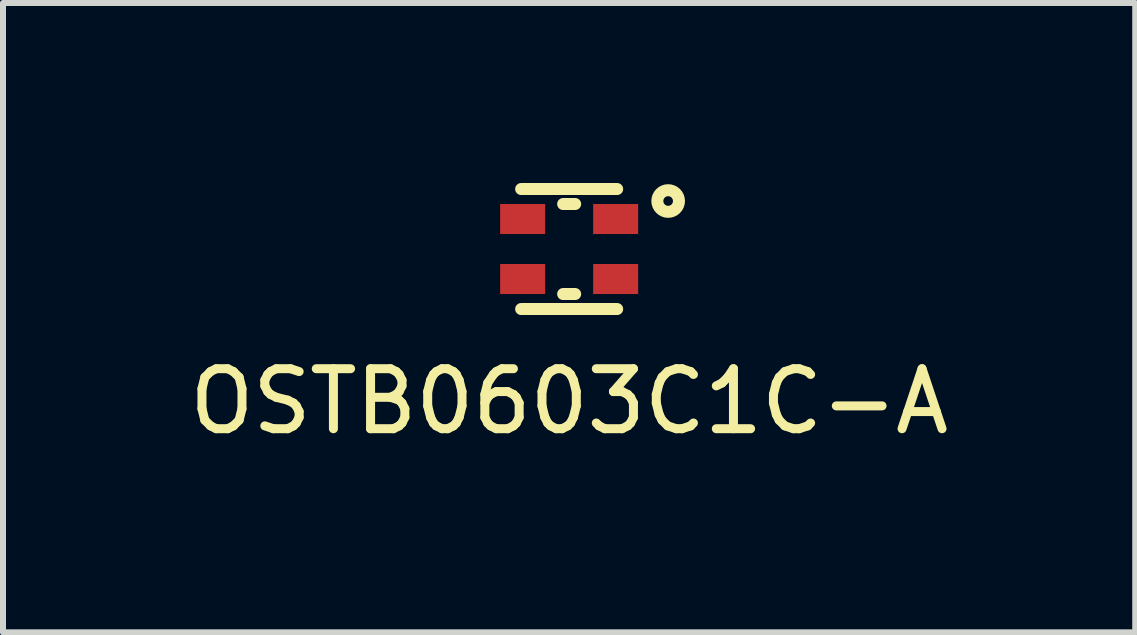
<source format=kicad_pcb>
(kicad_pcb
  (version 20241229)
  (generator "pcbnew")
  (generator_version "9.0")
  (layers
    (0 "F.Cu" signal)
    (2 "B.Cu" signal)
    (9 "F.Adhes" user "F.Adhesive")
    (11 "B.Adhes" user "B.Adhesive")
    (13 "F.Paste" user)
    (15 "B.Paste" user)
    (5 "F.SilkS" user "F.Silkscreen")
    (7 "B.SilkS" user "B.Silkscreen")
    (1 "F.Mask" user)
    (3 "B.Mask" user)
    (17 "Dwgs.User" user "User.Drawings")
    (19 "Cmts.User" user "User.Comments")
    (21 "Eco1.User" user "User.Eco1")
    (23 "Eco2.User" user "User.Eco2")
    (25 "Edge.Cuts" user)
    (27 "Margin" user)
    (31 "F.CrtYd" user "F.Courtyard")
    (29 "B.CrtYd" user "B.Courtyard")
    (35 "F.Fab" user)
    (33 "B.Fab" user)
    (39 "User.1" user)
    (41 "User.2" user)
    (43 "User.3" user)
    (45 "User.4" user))
  (footprint "OSTB0603C1C-A"
    (layer "F.Cu")
    (at 6.435 1.1)
    (property "Reference" "OSTB0603C1C-A" (at 0 2.54 0) (layer "F.SilkS") (effects (font (size 1 1) (thickness 0.15))))
    (attr through_hole)
    (fp_line (start -0.8 -1) (end 0.8 -1) (stroke (width 0.2) (type solid)) (layer "F.SilkS"))
    (fp_line (start -0.8 1) (end 0.8 1) (stroke (width 0.2) (type solid)) (layer "F.SilkS"))
    (fp_line (start -0.1 -0.75) (end 0.1 -0.75) (stroke (width 0.2) (type solid)) (layer "F.SilkS"))
    (fp_line (start -0.1 0.75) (end 0.1 0.75) (stroke (width 0.2) (type solid)) (layer "F.SilkS"))
    (fp_circle (center 1.65 -0.8) (end 1.8 -0.7) (stroke (width 0.2) (type solid)) (fill no) (layer "F.SilkS"))
    (pad "1" smd rect (at 0.775 -0.5) (size 0.75 0.5) (layers "F.Cu" "F.Mask" "F.Paste"))
    (pad "2" smd rect (at 0.775 0.5) (size 0.75 0.5) (layers "F.Cu" "F.Mask" "F.Paste"))
    (pad "3" smd rect (at -0.775 -0.5) (size 0.75 0.5) (layers "F.Cu" "F.Mask" "F.Paste"))
    (pad "4" smd rect (at -0.775 0.5) (size 0.75 0.5) (layers "F.Cu" "F.Mask" "F.Paste")))
  (gr_rect
    (start -3 -3)
    (end 15.869 7.488)
    (stroke (width 0.1) (type default))
    (fill no)
    (layer "Edge.Cuts")))
</source>
